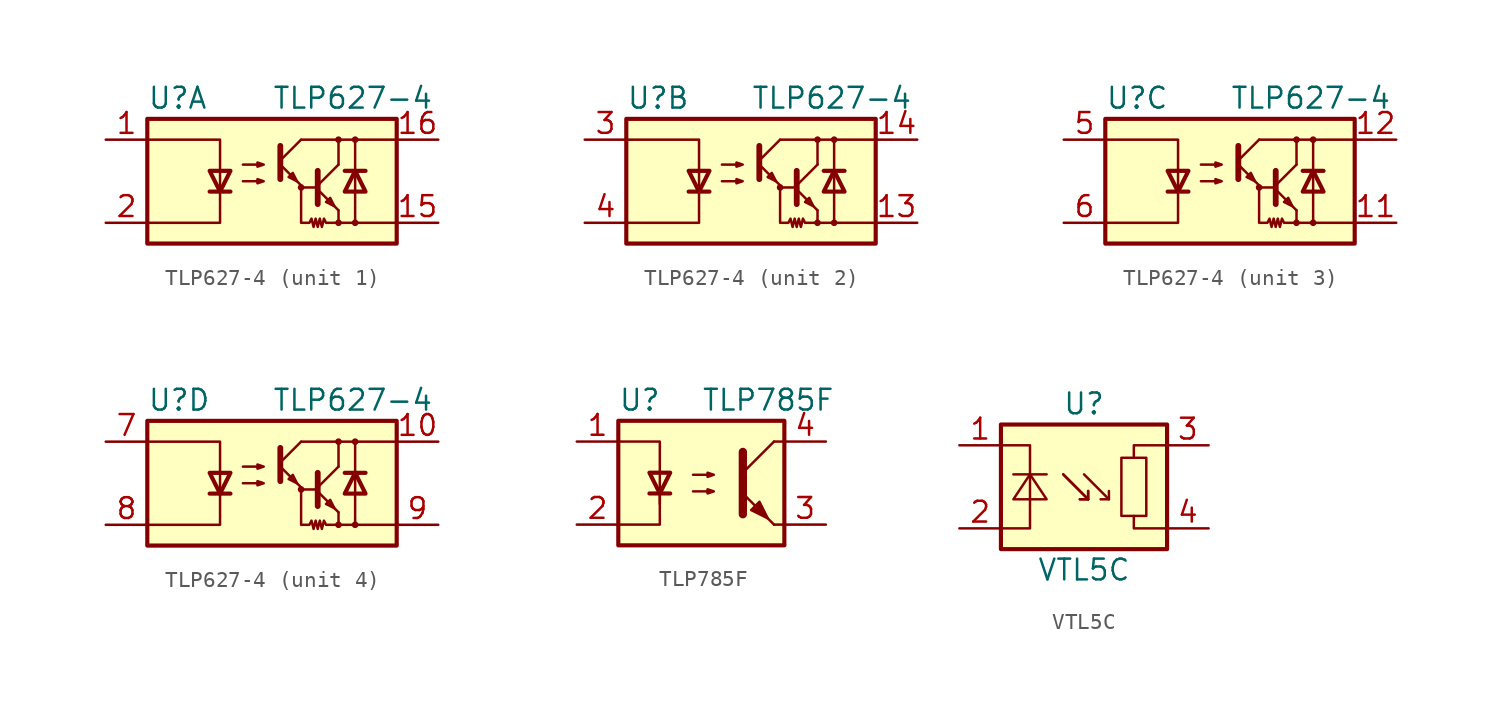
<source format=kicad_sym>
(kicad_symbol_lib
  (version 20201005)
  (generator kicad_symbol_editor)
  (symbol "Isolator_Optocoupler:TLP627-4"
    (property "Reference" "U"
      (at -7.62 5.08 0)
      (effects (font (size 1.27 1.27)) (justify left)))
    (property "Value" "TLP627-4"
      (at 0 5.08 0)
      (effects (font (size 1.27 1.27)) (justify left)))
    (symbol "TLP627-4_0_1"
      (circle (center 1.778 -0.381) (radius 0.127) (stroke (width 0)) (fill (type none)))
      (circle (center 4.064 -2.54) (radius 0.127) (stroke (width 0)) (fill (type none)))
      (circle (center 4.064 2.54) (radius 0.127) (stroke (width 0)) (fill (type none)))
      (circle (center 5.08 -2.54) (radius 0.127) (stroke (width 0)) (fill (type none)))
      (circle (center 5.08 2.54) (radius 0.127) (stroke (width 0)) (fill (type none)))
      (rectangle (start -7.62 3.81) (end 7.62 -3.81) (stroke (width 0.254)) (fill (type background)))
      (polyline (pts (xy -3.81 -0.635) (xy -2.54 -0.635)) (stroke (width 0.254)) (fill (type none)))
      (polyline (pts (xy 0.508 1.016) (xy 1.778 -0.254)) (stroke (width 0)) (fill (type none)))
      (polyline (pts (xy 0.508 1.27) (xy 1.778 2.54)) (stroke (width 0)) (fill (type none)))
      (polyline (pts (xy 0.508 2.159) (xy 0.508 0.127)) (stroke (width 0.356)) (fill (type none)))
      (polyline (pts (xy 1.778 2.54) (xy 7.62 2.54)) (stroke (width 0)) (fill (type none)))
      (polyline (pts (xy 2.794 -0.508) (xy 4.064 -1.778)) (stroke (width 0)) (fill (type none)))
      (polyline (pts (xy 2.794 -0.381) (xy 1.778 -0.381)) (stroke (width 0)) (fill (type none)))
      (polyline (pts (xy 2.794 -0.254) (xy 4.064 1.016)) (stroke (width 0)) (fill (type none)))
      (polyline (pts (xy 4.064 -2.54) (xy 7.62 -2.54)) (stroke (width 0)) (fill (type none)))
      (polyline (pts (xy 4.064 -1.778) (xy 4.064 -2.54)) (stroke (width 0)) (fill (type none)))
      (polyline (pts (xy 4.064 1.016) (xy 4.064 2.54)) (stroke (width 0)) (fill (type none)))
      (polyline (pts (xy 4.445 0.635) (xy 5.715 0.635)) (stroke (width 0.254)) (fill (type none)))
      (polyline (pts (xy 5.08 0.635) (xy 5.08 -2.54)) (stroke (width 0)) (fill (type none)))
      (polyline (pts (xy 5.08 0.635) (xy 5.08 2.54)) (stroke (width 0)) (fill (type none)))
      (polyline (pts (xy -7.62 2.54) (xy -3.175 2.54) (xy -3.175 -0.635)) (stroke (width 0)) (fill (type none)))
      (polyline (pts (xy -3.175 -0.635) (xy -3.175 -2.54) (xy -7.62 -2.54)) (stroke (width 0)) (fill (type none)))
      (polyline (pts (xy 2.794 0.635) (xy 2.794 -1.397) (xy 2.794 -1.397)) (stroke (width 0.356)) (fill (type none)))
      (polyline (pts (xy -3.175 -0.635) (xy -3.81 0.635) (xy -2.54 0.635) (xy -3.175 -0.635)) (stroke (width 0.254)) (fill (type none)))
      (polyline (pts (xy 1.524 0) (xy 1.27 0.508) (xy 1.016 0.254) (xy 1.524 0)) (stroke (width 0)) (fill (type none)))
      (polyline (pts (xy 3.81 -1.524) (xy 3.556 -1.016) (xy 3.302 -1.27) (xy 3.81 -1.524)) (stroke (width 0)) (fill (type none)))
      (polyline (pts (xy 5.08 0.635) (xy 4.445 -0.635) (xy 5.715 -0.635) (xy 5.08 0.635)) (stroke (width 0.254)) (fill (type none)))
      (polyline (pts (xy -1.778 0) (xy -0.508 0) (xy -0.889 -0.127) (xy -0.889 0.127) (xy -0.508 0)) (stroke (width 0)) (fill (type none)))
      (polyline (pts (xy -1.778 1.016) (xy -0.508 1.016) (xy -0.889 0.889) (xy -0.889 1.143) (xy -0.508 1.016)) (stroke (width 0)) (fill (type none)))
      (polyline (pts (xy 1.778 -0.254) (xy 1.778 -2.54) (xy 2.286 -2.54) (xy 2.413 -2.286) (xy 2.54 -2.794) (xy 2.667 -2.286) (xy 2.794 -2.794) (xy 2.921 -2.286) (xy 3.048 -2.794) (xy 3.175 -2.286) (xy 3.302 -2.54) (xy 4.064 -2.54)) (stroke (width 0)) (fill (type none))))
    (symbol "TLP627-4_1_1"
      (pin passive line (at -10.16 2.54 0) (length 2.54) (name "~" (effects (font (size 1.27 1.27)))) (number "1" (effects (font (size 1.27 1.27)))))
      (pin passive line (at 10.16 -2.54 180) (length 2.54) (name "~" (effects (font (size 1.27 1.27)))) (number "15" (effects (font (size 1.27 1.27)))))
      (pin passive line (at 10.16 2.54 180) (length 2.54) (name "~" (effects (font (size 1.27 1.27)))) (number "16" (effects (font (size 1.27 1.27)))))
      (pin passive line (at -10.16 -2.54 0) (length 2.54) (name "~" (effects (font (size 1.27 1.27)))) (number "2" (effects (font (size 1.27 1.27))))))
    (symbol "TLP627-4_2_1"
      (pin passive line (at 10.16 -2.54 180) (length 2.54) (name "~" (effects (font (size 1.27 1.27)))) (number "13" (effects (font (size 1.27 1.27)))))
      (pin passive line (at 10.16 2.54 180) (length 2.54) (name "~" (effects (font (size 1.27 1.27)))) (number "14" (effects (font (size 1.27 1.27)))))
      (pin passive line (at -10.16 2.54 0) (length 2.54) (name "~" (effects (font (size 1.27 1.27)))) (number "3" (effects (font (size 1.27 1.27)))))
      (pin passive line (at -10.16 -2.54 0) (length 2.54) (name "~" (effects (font (size 1.27 1.27)))) (number "4" (effects (font (size 1.27 1.27))))))
    (symbol "TLP627-4_3_1"
      (pin passive line (at 10.16 -2.54 180) (length 2.54) (name "~" (effects (font (size 1.27 1.27)))) (number "11" (effects (font (size 1.27 1.27)))))
      (pin passive line (at 10.16 2.54 180) (length 2.54) (name "~" (effects (font (size 1.27 1.27)))) (number "12" (effects (font (size 1.27 1.27)))))
      (pin passive line (at -10.16 2.54 0) (length 2.54) (name "~" (effects (font (size 1.27 1.27)))) (number "5" (effects (font (size 1.27 1.27)))))
      (pin passive line (at -10.16 -2.54 0) (length 2.54) (name "~" (effects (font (size 1.27 1.27)))) (number "6" (effects (font (size 1.27 1.27))))))
    (symbol "TLP627-4_4_1"
      (pin passive line (at 10.16 2.54 180) (length 2.54) (name "~" (effects (font (size 1.27 1.27)))) (number "10" (effects (font (size 1.27 1.27)))))
      (pin passive line (at -10.16 2.54 0) (length 2.54) (name "~" (effects (font (size 1.27 1.27)))) (number "7" (effects (font (size 1.27 1.27)))))
      (pin passive line (at -10.16 -2.54 0) (length 2.54) (name "~" (effects (font (size 1.27 1.27)))) (number "8" (effects (font (size 1.27 1.27)))))
      (pin passive line (at 10.16 -2.54 180) (length 2.54) (name "~" (effects (font (size 1.27 1.27)))) (number "9" (effects (font (size 1.27 1.27)))))))
  (symbol "Isolator_Optocoupler:TLP785F"
    (property "Reference" "U"
      (at -5.08 5.08 0)
      (effects (font (size 1.27 1.27)) (justify left)))
    (property "Value" "TLP785F"
      (at 0 5.08 0)
      (effects (font (size 1.27 1.27)) (justify left)))
    (symbol "TLP785F_0_1"
      (rectangle (start -5.08 3.81) (end 5.08 -3.81) (stroke (width 0.254)) (fill (type background)))
      (polyline (pts (xy -3.175 -0.635) (xy -1.905 -0.635)) (stroke (width 0.254)) (fill (type none)))
      (polyline (pts (xy 2.54 0.635) (xy 4.445 2.54)) (stroke (width 0)) (fill (type none)))
      (polyline (pts (xy 4.445 -2.54) (xy 5.08 -2.54)) (stroke (width 0)) (fill (type none)))
      (polyline (pts (xy 4.445 2.54) (xy 5.08 2.54)) (stroke (width 0)) (fill (type none)))
      (polyline (pts (xy -2.54 -0.635) (xy -2.54 -2.54) (xy -5.08 -2.54)) (stroke (width 0)) (fill (type none)))
      (polyline (pts (xy 2.54 1.905) (xy 2.54 -1.905) (xy 2.54 -1.905)) (stroke (width 0.508)) (fill (type none)))
      (polyline (pts (xy -5.08 2.54) (xy -2.54 2.54) (xy -2.54 -1.27) (xy -2.54 0.635)) (stroke (width 0)) (fill (type none)))
      (polyline (pts (xy -2.54 -0.635) (xy -3.175 0.635) (xy -1.905 0.635) (xy -2.54 -0.635)) (stroke (width 0.254)) (fill (type none)))
      (polyline (pts (xy -0.508 -0.508) (xy 0.762 -0.508) (xy 0.381 -0.635) (xy 0.381 -0.381) (xy 0.762 -0.508)) (stroke (width 0)) (fill (type none)))
      (polyline (pts (xy -0.508 0.508) (xy 0.762 0.508) (xy 0.381 0.381) (xy 0.381 0.635) (xy 0.762 0.508)) (stroke (width 0)) (fill (type none)))
      (polyline (pts (xy 4.445 -2.54) (xy 2.54 -0.635)) (stroke (width 0)) (fill (type outline)))
      (polyline (pts (xy 3.048 -1.651) (xy 3.556 -1.143) (xy 4.064 -2.159) (xy 3.048 -1.651) (xy 3.048 -1.651)) (stroke (width 0)) (fill (type outline))))
    (symbol "TLP785F_1_1"
      (pin passive line (at -7.62 2.54 0) (length 2.54) (name "~" (effects (font (size 1.27 1.27)))) (number "1" (effects (font (size 1.27 1.27)))))
      (pin passive line (at -7.62 -2.54 0) (length 2.54) (name "~" (effects (font (size 1.27 1.27)))) (number "2" (effects (font (size 1.27 1.27)))))
      (pin passive line (at 7.62 -2.54 180) (length 2.54) (name "~" (effects (font (size 1.27 1.27)))) (number "3" (effects (font (size 1.27 1.27)))))
      (pin passive line (at 7.62 2.54 180) (length 2.54) (name "~" (effects (font (size 1.27 1.27)))) (number "4" (effects (font (size 1.27 1.27)))))))
  (symbol "Isolator_Optocoupler:VTL5C"
    (pin_names hide)
    (property "Reference" "U"
      (at 0 5.08 0)
      (effects (font (size 1.27 1.27))))
    (property "Value" "VTL5C"
      (at 0 -5.08 0)
      (effects (font (size 1.27 1.27))))
    (symbol "VTL5C_0_1"
      (rectangle (start 2.286 1.778) (end 3.81 -1.778) (stroke (width 0)) (fill (type none)))
      (rectangle (start -5.08 3.81) (end 5.08 -3.81) (stroke (width 0.254)) (fill (type background)))
      (polyline (pts (xy -4.318 0.762) (xy -2.286 0.762)) (stroke (width 0)) (fill (type none)))
      (polyline (pts (xy -1.27 0.762) (xy 0.254 -0.762)) (stroke (width 0)) (fill (type none)))
      (polyline (pts (xy -1.27 0.762) (xy 0.254 -0.762)) (stroke (width 0)) (fill (type none)))
      (polyline (pts (xy 0 0.762) (xy 1.524 -0.762)) (stroke (width 0)) (fill (type none)))
      (polyline (pts (xy 0.254 -0.254) (xy 0.254 -0.762) (xy -0.254 -0.762)) (stroke (width 0)) (fill (type none)))
      (polyline (pts (xy 0.254 -0.254) (xy 0.254 -0.762) (xy -0.254 -0.762)) (stroke (width 0)) (fill (type none)))
      (polyline (pts (xy 1.524 -0.254) (xy 1.524 -0.762) (xy 1.016 -0.762)) (stroke (width 0)) (fill (type none)))
      (polyline (pts (xy 3.048 -1.778) (xy 3.048 -2.54) (xy 5.08 -2.54)) (stroke (width 0)) (fill (type none)))
      (polyline (pts (xy 3.048 1.778) (xy 3.048 2.54) (xy 5.08 2.54)) (stroke (width 0)) (fill (type none)))
      (polyline (pts (xy -5.08 -2.54) (xy -3.302 -2.54) (xy -3.302 2.54) (xy -5.08 2.54)) (stroke (width 0)) (fill (type none))))
    (symbol "VTL5C_1_1"
      (polyline (pts (xy -4.318 -0.762) (xy -3.302 0.762) (xy -2.286 -0.762) (xy -4.318 -0.762)) (stroke (width 0)) (fill (type none)))
      (pin passive line (at -7.62 2.54 0) (length 2.54) (name "-" (effects (font (size 1.27 1.27)))) (number "1" (effects (font (size 1.27 1.27)))))
      (pin passive line (at -7.62 -2.54 0) (length 2.54) (name "+" (effects (font (size 1.27 1.27)))) (number "2" (effects (font (size 1.27 1.27)))))
      (pin passive line (at 7.62 2.54 180) (length 2.54) (name "~" (effects (font (size 1.27 1.27)))) (number "3" (effects (font (size 1.27 1.27)))))
      (pin passive line (at 7.62 -2.54 180) (length 2.54) (name "~" (effects (font (size 1.27 1.27)))) (number "4" (effects (font (size 1.27 1.27))))))))
</source>
